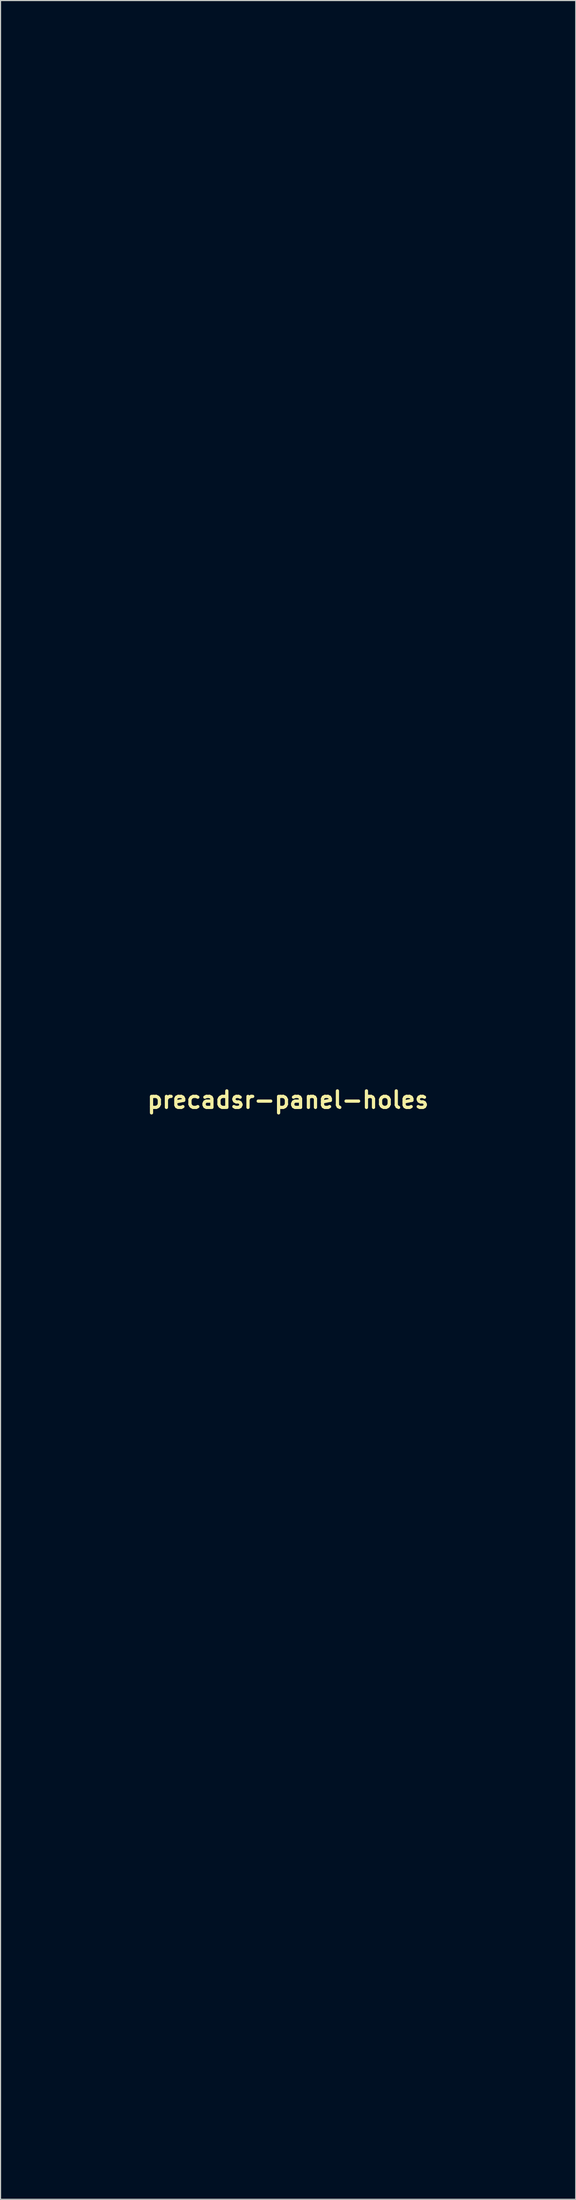
<source format=kicad_pcb>
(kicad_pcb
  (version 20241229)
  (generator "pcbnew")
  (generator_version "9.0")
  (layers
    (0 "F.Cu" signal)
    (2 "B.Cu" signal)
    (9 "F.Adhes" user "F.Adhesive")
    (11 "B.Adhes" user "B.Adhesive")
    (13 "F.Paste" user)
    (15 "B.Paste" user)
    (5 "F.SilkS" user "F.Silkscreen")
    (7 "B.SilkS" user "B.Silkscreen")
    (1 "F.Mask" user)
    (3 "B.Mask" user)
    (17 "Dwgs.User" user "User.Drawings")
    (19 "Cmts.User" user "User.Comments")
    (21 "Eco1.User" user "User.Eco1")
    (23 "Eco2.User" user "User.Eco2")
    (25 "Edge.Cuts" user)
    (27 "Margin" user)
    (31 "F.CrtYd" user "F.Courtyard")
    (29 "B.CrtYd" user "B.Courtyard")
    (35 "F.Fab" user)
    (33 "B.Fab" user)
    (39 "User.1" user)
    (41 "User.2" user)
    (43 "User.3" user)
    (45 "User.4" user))
  (footprint "precadsr-panel-holes"
    (layer "F.Cu")
    (at 23.595 98.605)
    (property "Reference" "precadsr-panel-holes" (at 0 0 0) (layer "F.SilkS") (effects (font (size 1.524 1.524) (thickness 0.3))))
    (attr through_hole)
    (fp_poly (pts (xy 20.077 -98.6) (xy 20.386 -98.599) (xy 20.683 -98.597) (xy 21.014 -98.596) (xy 21.298 -98.594) (xy 21.539 -98.593) (xy 21.742 -98.591) (xy 21.909 -98.589) (xy 22.046 -98.586) (xy 22.156 -98.583) (xy 22.243 -98.579) (xy 22.312 -98.574) (xy 22.365 -98.568) (xy 22.408 -98.561) (xy 22.444 -98.553) (xy 22.477 -98.543) (xy 22.504 -98.534) (xy 22.766 -98.419) (xy 22.997 -98.269) (xy 23.195 -98.087) (xy 23.357 -97.879) (xy 23.482 -97.649) (xy 23.568 -97.402) (xy 23.613 -97.144) (xy 23.614 -96.878) (xy 23.57 -96.611) (xy 23.479 -96.346) (xy 23.444 -96.271) (xy 23.299 -96.038) (xy 23.114 -95.832) (xy 22.895 -95.658) (xy 22.649 -95.523) (xy 22.547 -95.482) (xy 22.365 -95.415) (xy 20.663 -95.41) (xy 20.317 -95.409) (xy 20.018 -95.409) (xy 19.762 -95.409) (xy 19.546 -95.41) (xy 19.366 -95.411) (xy 19.218 -95.414) (xy 19.1 -95.417) (xy 19.006 -95.421) (xy 18.933 -95.425) (xy 18.879 -95.431) (xy 18.838 -95.438) (xy 18.821 -95.442) (xy 18.57 -95.534) (xy 18.335 -95.669) (xy 18.123 -95.84) (xy 17.94 -96.042) (xy 17.793 -96.268) (xy 17.687 -96.512) (xy 17.669 -96.571) (xy 17.618 -96.845) (xy 17.617 -97.122) (xy 17.664 -97.397) (xy 17.76 -97.666) (xy 17.783 -97.713) (xy 17.904 -97.914) (xy 18.061 -98.102) (xy 18.24 -98.268) (xy 18.431 -98.399) (xy 18.491 -98.431) (xy 18.559 -98.464) (xy 18.621 -98.493) (xy 18.681 -98.517) (xy 18.743 -98.538) (xy 18.811 -98.555) (xy 18.89 -98.569) (xy 18.983 -98.579) (xy 19.095 -98.587) (xy 19.23 -98.593) (xy 19.391 -98.597) (xy 19.583 -98.599) (xy 19.81 -98.6) (xy 20.077 -98.6)) (stroke (width 0.01) (type solid)) (fill no) (layer "Eco1.User"))
    (fp_poly (pts (xy -19.523 95.406) (xy -19.337 95.408) (xy -19.181 95.412) (xy -19.051 95.417) (xy -18.944 95.425) (xy -18.855 95.436) (xy -18.78 95.449) (xy -18.714 95.466) (xy -18.655 95.485) (xy -18.597 95.509) (xy -18.537 95.537) (xy -18.471 95.569) (xy -18.466 95.572) (xy -18.276 95.687) (xy -18.093 95.842) (xy -17.929 96.023) (xy -17.795 96.22) (xy -17.758 96.291) (xy -17.652 96.56) (xy -17.596 96.835) (xy -17.59 97.111) (xy -17.635 97.385) (xy -17.729 97.656) (xy -17.775 97.752) (xy -17.881 97.918) (xy -18.021 98.084) (xy -18.181 98.237) (xy -18.35 98.364) (xy -18.466 98.431) (xy -18.533 98.464) (xy -18.595 98.492) (xy -18.655 98.517) (xy -18.717 98.537) (xy -18.785 98.554) (xy -18.864 98.567) (xy -18.958 98.578) (xy -19.071 98.586) (xy -19.208 98.592) (xy -19.371 98.597) (xy -19.566 98.599) (xy -19.797 98.601) (xy -20.067 98.601) (xy -20.382 98.601) (xy -20.599 98.601) (xy -20.928 98.601) (xy -21.21 98.6) (xy -21.45 98.599) (xy -21.651 98.598) (xy -21.817 98.596) (xy -21.954 98.594) (xy -22.064 98.591) (xy -22.152 98.587) (xy -22.223 98.581) (xy -22.279 98.575) (xy -22.326 98.568) (xy -22.367 98.559) (xy -22.394 98.552) (xy -22.66 98.458) (xy -22.9 98.322) (xy -23.11 98.151) (xy -23.286 97.948) (xy -23.425 97.719) (xy -23.525 97.467) (xy -23.581 97.197) (xy -23.59 96.914) (xy -23.589 96.903) (xy -23.548 96.623) (xy -23.462 96.36) (xy -23.332 96.119) (xy -23.163 95.904) (xy -22.959 95.719) (xy -22.721 95.569) (xy -22.522 95.482) (xy -22.339 95.415) (xy -20.654 95.408) (xy -20.305 95.407) (xy -20.003 95.406) (xy -19.744 95.405) (xy -19.523 95.406)) (stroke (width 0.01) (type solid)) (fill no) (layer "Eco1.User"))
    (fp_poly (pts (xy 12.323 31.514) (xy 12.513 31.529) (xy 12.67 31.55) (xy 12.699 31.556) (xy 13.119 31.673) (xy 13.512 31.832) (xy 13.878 32.031) (xy 14.214 32.269) (xy 14.517 32.544) (xy 14.786 32.852) (xy 15.018 33.193) (xy 15.212 33.563) (xy 15.364 33.961) (xy 15.459 34.316) (xy 15.483 34.463) (xy 15.499 34.647) (xy 15.507 34.854) (xy 15.509 35.07) (xy 15.503 35.282) (xy 15.489 35.476) (xy 15.469 35.638) (xy 15.459 35.687) (xy 15.348 36.089) (xy 15.193 36.474) (xy 14.999 36.836) (xy 14.768 37.17) (xy 14.504 37.471) (xy 14.24 37.708) (xy 13.897 37.953) (xy 13.532 38.156) (xy 13.15 38.313) (xy 12.754 38.425) (xy 12.35 38.49) (xy 11.941 38.507) (xy 11.568 38.48) (xy 11.165 38.402) (xy 10.776 38.278) (xy 10.406 38.111) (xy 10.057 37.902) (xy 9.735 37.657) (xy 9.443 37.377) (xy 9.184 37.065) (xy 8.963 36.724) (xy 8.784 36.358) (xy 8.777 36.342) (xy 8.64 35.944) (xy 8.552 35.54) (xy 8.513 35.134) (xy 8.518 34.874) (xy 9.525 34.874) (xy 9.525 35.128) (xy 11.887 35.128) (xy 11.887 37.49) (xy 12.141 37.49) (xy 12.141 35.128) (xy 14.503 35.128) (xy 14.503 34.874) (xy 12.141 34.874) (xy 12.141 32.512) (xy 11.887 32.512) (xy 11.887 34.874) (xy 9.525 34.874) (xy 8.518 34.874) (xy 8.52 34.729) (xy 8.575 34.329) (xy 8.675 33.939) (xy 8.82 33.561) (xy 9.009 33.201) (xy 9.242 32.861) (xy 9.518 32.546) (xy 9.538 32.525) (xy 9.855 32.243) (xy 10.198 32.005) (xy 10.567 31.81) (xy 10.963 31.657) (xy 11.354 31.554) (xy 11.504 31.531) (xy 11.689 31.516) (xy 11.897 31.508) (xy 12.113 31.507) (xy 12.323 31.514)) (stroke (width 0.01) (type solid)) (fill no) (layer "Eco1.User"))
    (fp_poly (pts (xy 12.429 -73.479) (xy 12.829 -73.408) (xy 13.218 -73.292) (xy 13.593 -73.13) (xy 13.828 -73) (xy 14.175 -72.761) (xy 14.487 -72.485) (xy 14.763 -72.175) (xy 15.001 -71.834) (xy 15.199 -71.465) (xy 15.355 -71.071) (xy 15.459 -70.688) (xy 15.483 -70.541) (xy 15.499 -70.357) (xy 15.507 -70.151) (xy 15.509 -69.935) (xy 15.503 -69.723) (xy 15.489 -69.53) (xy 15.469 -69.368) (xy 15.459 -69.318) (xy 15.343 -68.899) (xy 15.184 -68.506) (xy 14.984 -68.14) (xy 14.746 -67.805) (xy 14.472 -67.501) (xy 14.164 -67.232) (xy 13.824 -67) (xy 13.454 -66.806) (xy 13.057 -66.653) (xy 12.751 -66.569) (xy 12.646 -66.551) (xy 12.504 -66.535) (xy 12.337 -66.522) (xy 12.157 -66.512) (xy 11.979 -66.505) (xy 11.813 -66.503) (xy 11.674 -66.507) (xy 11.582 -66.514) (xy 11.172 -66.594) (xy 10.78 -66.719) (xy 10.411 -66.885) (xy 10.066 -67.09) (xy 9.749 -67.331) (xy 9.461 -67.605) (xy 9.207 -67.909) (xy 8.987 -68.24) (xy 8.806 -68.595) (xy 8.666 -68.971) (xy 8.57 -69.366) (xy 8.519 -69.776) (xy 8.516 -69.837) (xy 8.52 -70.129) (xy 9.525 -70.129) (xy 9.525 -69.875) (xy 11.887 -69.875) (xy 11.887 -67.513) (xy 12.141 -67.513) (xy 12.141 -69.875) (xy 14.503 -69.875) (xy 14.503 -70.129) (xy 12.141 -70.129) (xy 12.141 -72.492) (xy 11.887 -72.492) (xy 11.887 -70.129) (xy 9.525 -70.129) (xy 8.52 -70.129) (xy 8.522 -70.257) (xy 8.575 -70.667) (xy 8.676 -71.062) (xy 8.82 -71.441) (xy 9.008 -71.798) (xy 9.236 -72.132) (xy 9.503 -72.439) (xy 9.807 -72.716) (xy 10.145 -72.96) (xy 10.458 -73.137) (xy 10.833 -73.299) (xy 11.222 -73.413) (xy 11.621 -73.481) (xy 12.025 -73.503) (xy 12.429 -73.479)) (stroke (width 0.01) (type solid)) (fill no) (layer "Eco1.User"))
    (fp_poly (pts (xy 20.83 95.398) (xy 21.097 95.399) (xy 21.354 95.402) (xy 21.597 95.405) (xy 21.818 95.41) (xy 22.014 95.416) (xy 22.178 95.422) (xy 22.304 95.43) (xy 22.388 95.438) (xy 22.412 95.443) (xy 22.674 95.536) (xy 22.915 95.673) (xy 23.129 95.85) (xy 23.312 96.062) (xy 23.462 96.307) (xy 23.561 96.545) (xy 23.592 96.678) (xy 23.609 96.843) (xy 23.612 97.024) (xy 23.602 97.206) (xy 23.578 97.371) (xy 23.553 97.472) (xy 23.446 97.729) (xy 23.295 97.964) (xy 23.108 98.17) (xy 22.888 98.344) (xy 22.641 98.48) (xy 22.504 98.534) (xy 22.471 98.545) (xy 22.438 98.554) (xy 22.401 98.563) (xy 22.357 98.569) (xy 22.301 98.575) (xy 22.231 98.58) (xy 22.14 98.583) (xy 22.027 98.586) (xy 21.886 98.589) (xy 21.714 98.59) (xy 21.506 98.592) (xy 21.26 98.593) (xy 20.97 98.594) (xy 20.663 98.595) (xy 20.319 98.595) (xy 20.022 98.596) (xy 19.768 98.596) (xy 19.554 98.595) (xy 19.375 98.593) (xy 19.229 98.591) (xy 19.111 98.588) (xy 19.018 98.583) (xy 18.945 98.578) (xy 18.889 98.572) (xy 18.847 98.565) (xy 18.834 98.562) (xy 18.587 98.477) (xy 18.352 98.347) (xy 18.139 98.18) (xy 17.954 97.982) (xy 17.807 97.76) (xy 17.783 97.713) (xy 17.676 97.444) (xy 17.619 97.173) (xy 17.611 96.903) (xy 17.652 96.638) (xy 17.74 96.381) (xy 17.876 96.137) (xy 18.058 95.909) (xy 18.096 95.87) (xy 18.302 95.69) (xy 18.521 95.556) (xy 18.76 95.461) (xy 18.833 95.441) (xy 18.895 95.432) (xy 19.002 95.424) (xy 19.149 95.417) (xy 19.331 95.411) (xy 19.541 95.406) (xy 19.774 95.403) (xy 20.025 95.4) (xy 20.288 95.398) (xy 20.558 95.398) (xy 20.83 95.398)) (stroke (width 0.01) (type solid)) (fill no) (layer "Eco1.User"))
    (fp_poly (pts (xy 12.353 -3.486) (xy 12.754 -3.425) (xy 13.145 -3.319) (xy 13.52 -3.168) (xy 13.875 -2.973) (xy 13.898 -2.959) (xy 14.241 -2.708) (xy 14.548 -2.423) (xy 14.818 -2.105) (xy 15.047 -1.758) (xy 15.235 -1.384) (xy 15.324 -1.153) (xy 15.387 -0.962) (xy 15.435 -0.795) (xy 15.468 -0.636) (xy 15.489 -0.474) (xy 15.501 -0.292) (xy 15.506 -0.079) (xy 15.506 0) (xy 15.503 0.227) (xy 15.494 0.417) (xy 15.476 0.584) (xy 15.447 0.743) (xy 15.405 0.906) (xy 15.347 1.087) (xy 15.324 1.153) (xy 15.164 1.537) (xy 14.964 1.894) (xy 14.725 2.222) (xy 14.453 2.518) (xy 14.15 2.78) (xy 13.819 3.005) (xy 13.464 3.191) (xy 13.089 3.336) (xy 12.696 3.437) (xy 12.289 3.492) (xy 11.989 3.502) (xy 11.854 3.499) (xy 11.721 3.493) (xy 11.609 3.484) (xy 11.55 3.478) (xy 11.136 3.393) (xy 10.746 3.266) (xy 10.381 3.099) (xy 10.043 2.896) (xy 9.734 2.66) (xy 9.456 2.393) (xy 9.21 2.1) (xy 8.998 1.782) (xy 8.822 1.444) (xy 8.683 1.087) (xy 8.584 0.717) (xy 8.526 0.334) (xy 8.511 -0.057) (xy 8.516 -0.127) (xy 9.525 -0.127) (xy 9.525 0.127) (xy 11.887 0.127) (xy 11.887 2.489) (xy 12.141 2.489) (xy 12.141 0.127) (xy 14.503 0.127) (xy 14.503 -0.127) (xy 12.141 -0.127) (xy 12.141 -2.489) (xy 11.887 -2.489) (xy 11.887 -0.127) (xy 9.525 -0.127) (xy 8.516 -0.127) (xy 8.54 -0.453) (xy 8.616 -0.851) (xy 8.74 -1.249) (xy 8.796 -1.388) (xy 8.975 -1.748) (xy 9.197 -2.086) (xy 9.458 -2.396) (xy 9.754 -2.676) (xy 10.08 -2.92) (xy 10.432 -3.126) (xy 10.745 -3.266) (xy 11.138 -3.391) (xy 11.54 -3.469) (xy 11.947 -3.5) (xy 12.353 -3.486)) (stroke (width 0.01) (type solid)) (fill no) (layer "Eco1.User"))
    (fp_poly (pts (xy -11.447 45.023) (xy -10.989 45.095) (xy -10.539 45.208) (xy -10.1 45.363) (xy -9.677 45.559) (xy -9.271 45.795) (xy -8.886 46.07) (xy -8.525 46.385) (xy -8.191 46.739) (xy -7.887 47.13) (xy -7.816 47.234) (xy -7.56 47.666) (xy -7.349 48.118) (xy -7.186 48.587) (xy -7.07 49.072) (xy -7.003 49.568) (xy -6.985 50) (xy -7.01 50.507) (xy -7.084 51.002) (xy -7.206 51.483) (xy -7.377 51.95) (xy -7.596 52.4) (xy -7.862 52.832) (xy -8.026 53.06) (xy -8.341 53.431) (xy -8.691 53.768) (xy -9.071 54.068) (xy -9.478 54.33) (xy -9.908 54.552) (xy -10.357 54.732) (xy -10.822 54.869) (xy -11.297 54.961) (xy -11.781 55.006) (xy -12.268 55.002) (xy -12.446 54.989) (xy -12.939 54.917) (xy -13.417 54.799) (xy -13.878 54.635) (xy -14.318 54.43) (xy -14.735 54.185) (xy -15.125 53.901) (xy -15.487 53.583) (xy -15.816 53.23) (xy -16.111 52.847) (xy -16.369 52.435) (xy -16.586 51.995) (xy -16.72 51.651) (xy -16.857 51.179) (xy -16.948 50.692) (xy -16.991 50.197) (xy -16.988 49.886) (xy -14.478 49.886) (xy -14.478 50.114) (xy -12.129 50.127) (xy -12.115 52.502) (xy -11.862 52.502) (xy -11.862 50.114) (xy -9.5 50.114) (xy -9.5 49.886) (xy -11.862 49.886) (xy -11.862 47.498) (xy -12.115 47.498) (xy -12.129 49.873) (xy -13.303 49.88) (xy -14.478 49.886) (xy -16.988 49.886) (xy -16.986 49.7) (xy -16.934 49.206) (xy -16.863 48.836) (xy -16.729 48.374) (xy -16.548 47.924) (xy -16.323 47.492) (xy -16.057 47.082) (xy -15.754 46.698) (xy -15.415 46.347) (xy -15.045 46.031) (xy -15.03 46.019) (xy -14.619 45.737) (xy -14.192 45.501) (xy -13.75 45.311) (xy -13.298 45.165) (xy -12.839 45.064) (xy -12.375 45.007) (xy -11.91 44.994) (xy -11.447 45.023)) (stroke (width 0.01) (type solid)) (fill no) (layer "Eco1.User"))
    (fp_poly (pts (xy 0.173 72.538) (xy 0.299 72.544) (xy 0.406 72.556) (xy 0.509 72.576) (xy 0.613 72.601) (xy 0.96 72.717) (xy 1.28 72.875) (xy 1.57 73.075) (xy 1.83 73.315) (xy 2.059 73.595) (xy 2.11 73.67) (xy 2.27 73.95) (xy 2.39 74.25) (xy 2.469 74.549) (xy 2.503 74.782) (xy 2.513 75.037) (xy 2.5 75.296) (xy 2.466 75.54) (xy 2.428 75.699) (xy 2.304 76.043) (xy 2.144 76.351) (xy 1.948 76.626) (xy 1.712 76.873) (xy 1.589 76.978) (xy 1.293 77.183) (xy 0.977 77.342) (xy 0.644 77.456) (xy 0.298 77.522) (xy -0.055 77.539) (xy -0.33 77.519) (xy -0.605 77.462) (xy -0.888 77.366) (xy -1.167 77.237) (xy -1.427 77.079) (xy -1.562 76.978) (xy -1.815 76.746) (xy -2.029 76.485) (xy -2.207 76.191) (xy -2.351 75.861) (xy -2.429 75.616) (xy -2.448 75.538) (xy -2.461 75.451) (xy -2.469 75.345) (xy -2.473 75.211) (xy -2.474 75.036) (xy -2.474 75.019) (xy -2.473 74.88) (xy -0.991 74.88) (xy -0.991 75.133) (xy -0.102 75.133) (xy -0.102 76.022) (xy 0.127 76.022) (xy 0.127 75.133) (xy 1.016 75.133) (xy 1.016 74.88) (xy 0.578 74.873) (xy 0.14 74.867) (xy 0.133 74.454) (xy 0.126 74.041) (xy -0.1 74.041) (xy -0.114 74.867) (xy -0.552 74.873) (xy -0.991 74.88) (xy -2.473 74.88) (xy -2.473 74.855) (xy -2.47 74.73) (xy -2.464 74.633) (xy -2.453 74.552) (xy -2.436 74.476) (xy -2.413 74.393) (xy -2.406 74.368) (xy -2.335 74.156) (xy -2.26 73.976) (xy -2.172 73.808) (xy -2.072 73.649) (xy -1.854 73.368) (xy -1.602 73.122) (xy -1.317 72.915) (xy -1.004 72.747) (xy -0.665 72.622) (xy -0.587 72.601) (xy -0.472 72.573) (xy -0.369 72.554) (xy -0.261 72.543) (xy -0.132 72.538) (xy 0.013 72.537) (xy 0.173 72.538)) (stroke (width 0.01) (type solid)) (fill no) (layer "Eco1.User"))
    (fp_poly (pts (xy -11.805 70.005) (xy -11.572 70.014) (xy -11.366 70.031) (xy -11.281 70.042) (xy -10.792 70.138) (xy -10.322 70.279) (xy -9.874 70.462) (xy -9.45 70.685) (xy -9.052 70.946) (xy -8.683 71.242) (xy -8.343 71.57) (xy -8.037 71.928) (xy -7.765 72.313) (xy -7.53 72.724) (xy -7.334 73.156) (xy -7.179 73.609) (xy -7.068 74.078) (xy -7.003 74.563) (xy -6.985 74.988) (xy -7.01 75.499) (xy -7.084 75.997) (xy -7.205 76.479) (xy -7.373 76.943) (xy -7.587 77.388) (xy -7.847 77.813) (xy -8.152 78.213) (xy -8.367 78.454) (xy -8.723 78.792) (xy -9.109 79.091) (xy -9.522 79.352) (xy -9.958 79.571) (xy -10.412 79.748) (xy -10.881 79.881) (xy -11.359 79.968) (xy -11.844 80.008) (xy -12.33 79.999) (xy -12.408 79.993) (xy -12.902 79.925) (xy -13.381 79.81) (xy -13.843 79.651) (xy -14.284 79.449) (xy -14.703 79.206) (xy -15.095 78.926) (xy -15.458 78.609) (xy -15.79 78.258) (xy -16.088 77.876) (xy -16.348 77.464) (xy -16.569 77.025) (xy -16.738 76.59) (xy -16.842 76.242) (xy -16.917 75.908) (xy -16.965 75.572) (xy -16.989 75.216) (xy -16.993 74.989) (xy -16.987 74.879) (xy -14.478 74.879) (xy -14.478 75.133) (xy -12.116 75.133) (xy -12.116 77.495) (xy -11.862 77.495) (xy -11.862 75.133) (xy -9.5 75.133) (xy -9.5 74.879) (xy -11.862 74.879) (xy -11.862 72.517) (xy -12.116 72.517) (xy -12.116 74.879) (xy -14.478 74.879) (xy -16.987 74.879) (xy -16.968 74.49) (xy -16.896 74.005) (xy -16.779 73.536) (xy -16.618 73.085) (xy -16.417 72.654) (xy -16.176 72.247) (xy -15.899 71.866) (xy -15.586 71.512) (xy -15.241 71.189) (xy -14.866 70.9) (xy -14.462 70.645) (xy -14.032 70.428) (xy -13.578 70.252) (xy -13.102 70.118) (xy -12.697 70.042) (xy -12.51 70.022) (xy -12.289 70.009) (xy -12.049 70.003) (xy -11.805 70.005)) (stroke (width 0.01) (type solid)) (fill no) (layer "Eco1.User"))
    (fp_poly (pts (xy -11.525 -38.472) (xy -11.148 -38.401) (xy -10.778 -38.288) (xy -10.419 -38.133) (xy -10.073 -37.933) (xy -9.745 -37.691) (xy -9.518 -37.484) (xy -9.241 -37.175) (xy -9.004 -36.834) (xy -8.808 -36.465) (xy -8.653 -36.07) (xy -8.566 -35.757) (xy -8.541 -35.644) (xy -8.523 -35.544) (xy -8.511 -35.446) (xy -8.503 -35.336) (xy -8.5 -35.201) (xy -8.498 -35.029) (xy -8.498 -35.014) (xy -8.499 -34.817) (xy -8.504 -34.66) (xy -8.513 -34.531) (xy -8.528 -34.42) (xy -8.543 -34.341) (xy -8.655 -33.923) (xy -8.805 -33.537) (xy -8.995 -33.179) (xy -9.228 -32.847) (xy -9.503 -32.537) (xy -9.514 -32.526) (xy -9.829 -32.246) (xy -10.17 -32.008) (xy -10.533 -31.814) (xy -10.915 -31.665) (xy -11.313 -31.563) (xy -11.722 -31.509) (xy -12.014 -31.5) (xy -12.139 -31.502) (xy -12.252 -31.506) (xy -12.339 -31.51) (xy -12.383 -31.513) (xy -12.636 -31.556) (xy -12.903 -31.62) (xy -13.166 -31.7) (xy -13.407 -31.791) (xy -13.549 -31.857) (xy -13.902 -32.062) (xy -14.229 -32.306) (xy -14.526 -32.586) (xy -14.789 -32.897) (xy -15.016 -33.234) (xy -15.201 -33.592) (xy -15.342 -33.968) (xy -15.379 -34.099) (xy -15.437 -34.352) (xy -15.473 -34.592) (xy -15.489 -34.838) (xy -15.487 -35.109) (xy -15.487 -35.128) (xy -14.478 -35.128) (xy -14.478 -34.874) (xy -12.116 -34.874) (xy -12.116 -32.512) (xy -11.862 -32.512) (xy -11.862 -34.874) (xy -9.5 -34.874) (xy -9.5 -35.128) (xy -11.862 -35.128) (xy -11.862 -37.49) (xy -12.116 -37.49) (xy -12.116 -35.128) (xy -14.478 -35.128) (xy -15.487 -35.128) (xy -15.486 -35.154) (xy -15.448 -35.562) (xy -15.367 -35.948) (xy -15.241 -36.318) (xy -15.097 -36.626) (xy -14.882 -36.982) (xy -14.634 -37.303) (xy -14.357 -37.587) (xy -14.054 -37.833) (xy -13.73 -38.042) (xy -13.387 -38.213) (xy -13.03 -38.345) (xy -12.661 -38.437) (xy -12.285 -38.49) (xy -11.905 -38.501) (xy -11.525 -38.472)) (stroke (width 0.01) (type solid)) (fill no) (layer "Eco1.User"))
    (fp_poly (pts (xy 12.29 70.009) (xy 12.635 70.036) (xy 12.962 70.082) (xy 13.14 70.117) (xy 13.592 70.244) (xy 14.034 70.417) (xy 14.462 70.632) (xy 14.87 70.887) (xy 15.25 71.176) (xy 15.596 71.497) (xy 15.828 71.752) (xy 16.142 72.164) (xy 16.408 72.594) (xy 16.626 73.04) (xy 16.796 73.503) (xy 16.918 73.982) (xy 16.992 74.478) (xy 17.018 74.989) (xy 17.018 75.007) (xy 16.994 75.505) (xy 16.922 75.991) (xy 16.804 76.46) (xy 16.643 76.912) (xy 16.441 77.343) (xy 16.2 77.751) (xy 15.922 78.133) (xy 15.609 78.487) (xy 15.263 78.811) (xy 14.886 79.101) (xy 14.481 79.357) (xy 14.049 79.574) (xy 13.593 79.751) (xy 13.114 79.885) (xy 12.802 79.947) (xy 12.657 79.965) (xy 12.477 79.98) (xy 12.274 79.991) (xy 12.062 79.997) (xy 11.857 79.999) (xy 11.67 79.995) (xy 11.516 79.986) (xy 11.484 79.983) (xy 10.991 79.902) (xy 10.511 79.774) (xy 10.046 79.6) (xy 9.601 79.382) (xy 9.179 79.123) (xy 8.786 78.824) (xy 8.424 78.487) (xy 8.392 78.454) (xy 8.06 78.069) (xy 7.772 77.659) (xy 7.529 77.227) (xy 7.331 76.775) (xy 7.18 76.303) (xy 7.076 75.816) (xy 7.021 75.313) (xy 7.011 74.988) (xy 7.016 74.879) (xy 9.525 74.879) (xy 9.525 75.133) (xy 11.887 75.133) (xy 11.887 77.495) (xy 12.141 77.495) (xy 12.141 75.133) (xy 14.503 75.133) (xy 14.503 74.879) (xy 12.141 74.879) (xy 12.141 72.517) (xy 11.887 72.517) (xy 11.887 74.879) (xy 9.525 74.879) (xy 7.016 74.879) (xy 7.035 74.494) (xy 7.107 74.012) (xy 7.224 73.545) (xy 7.384 73.095) (xy 7.586 72.666) (xy 7.826 72.259) (xy 8.103 71.877) (xy 8.415 71.523) (xy 8.758 71.199) (xy 9.132 70.908) (xy 9.533 70.652) (xy 9.96 70.434) (xy 10.411 70.257) (xy 10.883 70.122) (xy 11.306 70.042) (xy 11.61 70.011) (xy 11.943 70) (xy 12.29 70.009)) (stroke (width 0.01) (type solid)) (fill no) (layer "Eco1.User"))
    (fp_poly (pts (xy -11.76 -73.496) (xy -11.353 -73.446) (xy -10.96 -73.35) (xy -10.585 -73.211) (xy -10.231 -73.032) (xy -9.9 -72.813) (xy -9.596 -72.558) (xy -9.321 -72.269) (xy -9.08 -71.947) (xy -8.874 -71.597) (xy -8.706 -71.218) (xy -8.58 -70.815) (xy -8.566 -70.758) (xy -8.541 -70.645) (xy -8.523 -70.546) (xy -8.511 -70.447) (xy -8.503 -70.337) (xy -8.5 -70.202) (xy -8.498 -70.031) (xy -8.498 -70.015) (xy -8.5 -69.792) (xy -8.509 -69.604) (xy -8.527 -69.437) (xy -8.556 -69.277) (xy -8.599 -69.107) (xy -8.658 -68.913) (xy -8.663 -68.896) (xy -8.809 -68.523) (xy -8.999 -68.17) (xy -9.23 -67.84) (xy -9.498 -67.538) (xy -9.799 -67.267) (xy -10.128 -67.032) (xy -10.484 -66.836) (xy -10.808 -66.701) (xy -11.01 -66.634) (xy -11.191 -66.584) (xy -11.367 -66.549) (xy -11.553 -66.527) (xy -11.764 -66.514) (xy -11.9 -66.51) (xy -12.049 -66.508) (xy -12.185 -66.507) (xy -12.298 -66.508) (xy -12.378 -66.511) (xy -12.408 -66.513) (xy -12.843 -66.601) (xy -13.249 -66.731) (xy -13.627 -66.902) (xy -13.978 -67.115) (xy -14.304 -67.372) (xy -14.466 -67.525) (xy -14.749 -67.842) (xy -14.987 -68.185) (xy -15.183 -68.555) (xy -15.336 -68.952) (xy -15.434 -69.318) (xy -15.454 -69.447) (xy -15.469 -69.613) (xy -15.478 -69.803) (xy -15.482 -70.005) (xy -15.481 -70.129) (xy -14.478 -70.129) (xy -14.478 -69.875) (xy -12.116 -69.875) (xy -12.116 -67.513) (xy -11.862 -67.513) (xy -11.862 -69.875) (xy -9.5 -69.875) (xy -9.5 -70.129) (xy -11.862 -70.129) (xy -11.862 -72.492) (xy -12.116 -72.492) (xy -12.116 -70.129) (xy -14.478 -70.129) (xy -15.481 -70.129) (xy -15.48 -70.204) (xy -15.473 -70.388) (xy -15.459 -70.544) (xy -15.447 -70.625) (xy -15.342 -71.033) (xy -15.194 -71.419) (xy -15.006 -71.781) (xy -14.781 -72.115) (xy -14.521 -72.42) (xy -14.23 -72.693) (xy -13.91 -72.93) (xy -13.565 -73.13) (xy -13.197 -73.29) (xy -12.809 -73.408) (xy -12.405 -73.479) (xy -12.179 -73.499) (xy -11.76 -73.496)) (stroke (width 0.01) (type solid)) (fill no) (layer "Eco1.User"))
    (fp_poly (pts (xy -11.384 20.032) (xy -10.91 20.113) (xy -10.445 20.239) (xy -9.994 20.41) (xy -9.56 20.624) (xy -9.147 20.88) (xy -8.757 21.178) (xy -8.395 21.517) (xy -8.367 21.546) (xy -8.041 21.924) (xy -7.759 22.325) (xy -7.52 22.746) (xy -7.325 23.184) (xy -7.173 23.635) (xy -7.066 24.096) (xy -7.003 24.564) (xy -6.984 25.035) (xy -7.009 25.506) (xy -7.079 25.975) (xy -7.193 26.436) (xy -7.352 26.888) (xy -7.556 27.327) (xy -7.805 27.75) (xy -8.099 28.152) (xy -8.112 28.168) (xy -8.444 28.536) (xy -8.81 28.867) (xy -9.207 29.161) (xy -9.63 29.414) (xy -10.078 29.625) (xy -10.545 29.793) (xy -11.029 29.914) (xy -11.281 29.958) (xy -11.446 29.976) (xy -11.648 29.988) (xy -11.871 29.994) (xy -12.102 29.994) (xy -12.326 29.988) (xy -12.53 29.977) (xy -12.701 29.959) (xy -12.725 29.955) (xy -13.215 29.856) (xy -13.686 29.711) (xy -14.135 29.523) (xy -14.561 29.295) (xy -14.96 29.029) (xy -15.331 28.728) (xy -15.671 28.394) (xy -15.978 28.029) (xy -16.25 27.636) (xy -16.483 27.217) (xy -16.675 26.775) (xy -16.825 26.312) (xy -16.93 25.83) (xy -16.954 25.665) (xy -16.973 25.474) (xy -16.986 25.253) (xy -16.991 25.019) (xy -16.99 24.867) (xy -14.478 24.867) (xy -14.478 25.121) (xy -12.116 25.121) (xy -12.116 27.483) (xy -11.862 27.483) (xy -11.862 25.121) (xy -9.5 25.121) (xy -9.5 24.867) (xy -11.862 24.867) (xy -11.862 22.504) (xy -12.116 22.504) (xy -12.116 24.867) (xy -14.478 24.867) (xy -16.99 24.867) (xy -16.99 24.789) (xy -16.981 24.577) (xy -16.966 24.409) (xy -16.88 23.914) (xy -16.747 23.436) (xy -16.57 22.978) (xy -16.351 22.542) (xy -16.092 22.13) (xy -15.795 21.746) (xy -15.462 21.393) (xy -15.095 21.072) (xy -14.697 20.788) (xy -14.27 20.542) (xy -13.815 20.337) (xy -13.784 20.325) (xy -13.312 20.17) (xy -12.832 20.064) (xy -12.349 20.006) (xy -11.865 19.996) (xy -11.384 20.032)) (stroke (width 0.01) (type solid)) (fill no) (layer "Eco1.User"))
    (fp_poly (pts (xy 12.225 -38.49) (xy 12.412 -38.481) (xy 12.579 -38.463) (xy 12.74 -38.434) (xy 12.91 -38.391) (xy 13.104 -38.332) (xy 13.12 -38.327) (xy 13.49 -38.182) (xy 13.84 -37.993) (xy 14.169 -37.763) (xy 14.47 -37.497) (xy 14.741 -37.198) (xy 14.977 -36.871) (xy 15.174 -36.52) (xy 15.324 -36.156) (xy 15.387 -35.964) (xy 15.435 -35.796) (xy 15.468 -35.638) (xy 15.489 -35.475) (xy 15.501 -35.295) (xy 15.506 -35.083) (xy 15.506 -35.001) (xy 15.503 -34.774) (xy 15.494 -34.584) (xy 15.476 -34.417) (xy 15.447 -34.259) (xy 15.405 -34.096) (xy 15.347 -33.914) (xy 15.324 -33.848) (xy 15.163 -33.461) (xy 14.958 -33.098) (xy 14.713 -32.763) (xy 14.429 -32.459) (xy 14.11 -32.19) (xy 13.906 -32.048) (xy 13.58 -31.865) (xy 13.227 -31.713) (xy 12.863 -31.6) (xy 12.544 -31.536) (xy 12.4 -31.519) (xy 12.23 -31.508) (xy 12.049 -31.501) (xy 11.873 -31.5) (xy 11.719 -31.505) (xy 11.62 -31.513) (xy 11.204 -31.59) (xy 10.804 -31.713) (xy 10.425 -31.88) (xy 10.071 -32.087) (xy 9.743 -32.334) (xy 9.447 -32.618) (xy 9.184 -32.936) (xy 8.958 -33.286) (xy 8.889 -33.416) (xy 8.725 -33.792) (xy 8.607 -34.185) (xy 8.536 -34.589) (xy 8.511 -34.998) (xy 8.518 -35.128) (xy 9.525 -35.128) (xy 9.525 -34.874) (xy 11.887 -34.874) (xy 11.887 -32.512) (xy 12.141 -32.512) (xy 12.141 -34.874) (xy 14.503 -34.874) (xy 14.503 -35.128) (xy 12.141 -35.128) (xy 12.141 -37.49) (xy 11.887 -37.49) (xy 11.887 -35.128) (xy 9.525 -35.128) (xy 8.518 -35.128) (xy 8.533 -35.406) (xy 8.604 -35.807) (xy 8.625 -35.891) (xy 8.758 -36.293) (xy 8.934 -36.67) (xy 9.15 -37.02) (xy 9.404 -37.339) (xy 9.694 -37.625) (xy 10.016 -37.877) (xy 10.368 -38.091) (xy 10.748 -38.265) (xy 11.154 -38.398) (xy 11.259 -38.424) (xy 11.372 -38.449) (xy 11.471 -38.467) (xy 11.569 -38.479) (xy 11.68 -38.487) (xy 11.814 -38.49) (xy 11.986 -38.492) (xy 12.002 -38.492) (xy 12.225 -38.49)) (stroke (width 0.01) (type solid)) (fill no) (layer "Eco1.User"))
    (fp_poly (pts (xy -19.528 -98.599) (xy -19.342 -98.597) (xy -19.186 -98.593) (xy -19.056 -98.587) (xy -18.948 -98.578) (xy -18.858 -98.567) (xy -18.781 -98.553) (xy -18.714 -98.536) (xy -18.653 -98.515) (xy -18.593 -98.49) (xy -18.53 -98.461) (xy -18.471 -98.432) (xy -18.3 -98.33) (xy -18.129 -98.191) (xy -17.971 -98.03) (xy -17.839 -97.859) (xy -17.775 -97.752) (xy -17.663 -97.484) (xy -17.601 -97.211) (xy -17.588 -96.934) (xy -17.626 -96.659) (xy -17.713 -96.388) (xy -17.758 -96.291) (xy -17.878 -96.092) (xy -18.032 -95.904) (xy -18.21 -95.738) (xy -18.398 -95.608) (xy -18.466 -95.572) (xy -18.533 -95.539) (xy -18.593 -95.511) (xy -18.651 -95.487) (xy -18.71 -95.467) (xy -18.776 -95.45) (xy -18.851 -95.437) (xy -18.939 -95.426) (xy -19.046 -95.418) (xy -19.176 -95.412) (xy -19.332 -95.408) (xy -19.518 -95.406) (xy -19.739 -95.404) (xy -19.999 -95.404) (xy -20.301 -95.404) (xy -20.611 -95.404) (xy -20.944 -95.405) (xy -21.231 -95.405) (xy -21.475 -95.406) (xy -21.68 -95.408) (xy -21.849 -95.409) (xy -21.988 -95.412) (xy -22.1 -95.415) (xy -22.189 -95.419) (xy -22.259 -95.424) (xy -22.314 -95.43) (xy -22.357 -95.437) (xy -22.394 -95.445) (xy -22.416 -95.451) (xy -22.544 -95.492) (xy -22.643 -95.529) (xy -22.732 -95.573) (xy -22.829 -95.632) (xy -22.889 -95.672) (xy -23.104 -95.845) (xy -23.287 -96.056) (xy -23.436 -96.303) (xy -23.536 -96.545) (xy -23.567 -96.678) (xy -23.583 -96.843) (xy -23.587 -97.024) (xy -23.576 -97.206) (xy -23.553 -97.371) (xy -23.528 -97.472) (xy -23.42 -97.729) (xy -23.27 -97.964) (xy -23.083 -98.17) (xy -22.863 -98.344) (xy -22.615 -98.48) (xy -22.479 -98.534) (xy -22.445 -98.545) (xy -22.412 -98.554) (xy -22.374 -98.563) (xy -22.33 -98.57) (xy -22.273 -98.575) (xy -22.201 -98.58) (xy -22.11 -98.584) (xy -21.994 -98.587) (xy -21.852 -98.589) (xy -21.677 -98.591) (xy -21.467 -98.593) (xy -21.217 -98.595) (xy -20.924 -98.596) (xy -20.658 -98.597) (xy -20.31 -98.599) (xy -20.008 -98.6) (xy -19.749 -98.6) (xy -19.528 -98.599)) (stroke (width 0.01) (type solid)) (fill no) (layer "Eco1.User"))
    (fp_poly (pts (xy -11.562 -5.959) (xy -11.402 -5.946) (xy -10.862 -5.865) (xy -10.338 -5.738) (xy -9.831 -5.566) (xy -9.345 -5.352) (xy -8.882 -5.096) (xy -8.445 -4.802) (xy -8.035 -4.472) (xy -7.656 -4.107) (xy -7.31 -3.709) (xy -7 -3.28) (xy -6.728 -2.824) (xy -6.496 -2.34) (xy -6.324 -1.884) (xy -6.194 -1.442) (xy -6.102 -1.015) (xy -6.045 -0.585) (xy -6.021 -0.136) (xy -6.02 0.006) (xy -6.045 0.557) (xy -6.119 1.098) (xy -6.242 1.626) (xy -6.414 2.14) (xy -6.634 2.64) (xy -6.902 3.124) (xy -7.218 3.591) (xy -7.243 3.624) (xy -7.467 3.899) (xy -7.73 4.178) (xy -8.02 4.452) (xy -8.327 4.71) (xy -8.64 4.943) (xy -8.832 5.071) (xy -9.229 5.296) (xy -9.659 5.496) (xy -10.114 5.665) (xy -10.58 5.801) (xy -11.048 5.899) (xy -11.359 5.942) (xy -11.504 5.953) (xy -11.684 5.961) (xy -11.888 5.965) (xy -12.099 5.964) (xy -12.305 5.96) (xy -12.49 5.953) (xy -12.642 5.942) (xy -12.662 5.939) (xy -13.116 5.867) (xy -13.581 5.753) (xy -14.043 5.602) (xy -14.493 5.417) (xy -14.918 5.204) (xy -15.24 5.01) (xy -15.685 4.688) (xy -16.097 4.332) (xy -16.472 3.942) (xy -16.809 3.524) (xy -17.107 3.078) (xy -17.364 2.609) (xy -17.577 2.118) (xy -17.746 1.609) (xy -17.868 1.085) (xy -17.931 0.655) (xy -17.955 0.324) (xy -17.959 0.000497) (xy -14.529 0.000497) (xy -14.529 0.229) (xy -12.116 0.229) (xy -12.116 2.642) (xy -11.862 2.642) (xy -11.862 0.229) (xy -9.449 0.229) (xy -9.449 0.000497) (xy -10.649 -0.006) (xy -11.849 -0.013) (xy -11.862 -2.413) (xy -12.115 -2.413) (xy -12.122 -1.213) (xy -12.129 -0.013) (xy -13.329 -0.006) (xy -14.529 0.000497) (xy -17.959 0.000497) (xy -17.96 -0.034) (xy -17.946 -0.401) (xy -17.915 -0.758) (xy -17.866 -1.089) (xy -17.853 -1.156) (xy -17.722 -1.685) (xy -17.545 -2.195) (xy -17.325 -2.683) (xy -17.064 -3.147) (xy -16.764 -3.585) (xy -16.427 -3.994) (xy -16.056 -4.371) (xy -15.653 -4.715) (xy -15.219 -5.022) (xy -14.758 -5.291) (xy -14.272 -5.52) (xy -13.762 -5.705) (xy -13.513 -5.777) (xy -13.147 -5.859) (xy -12.753 -5.919) (xy -12.347 -5.957) (xy -11.945 -5.971) (xy -11.562 -5.959)) (stroke (width 0.01) (type solid)) (fill no) (layer "Eco1.User")))
  (gr_rect
    (start -3 -3)
    (end 50.214 200.211)
    (stroke (width 0.1) (type default))
    (fill no)
    (layer "Edge.Cuts")))
</source>
